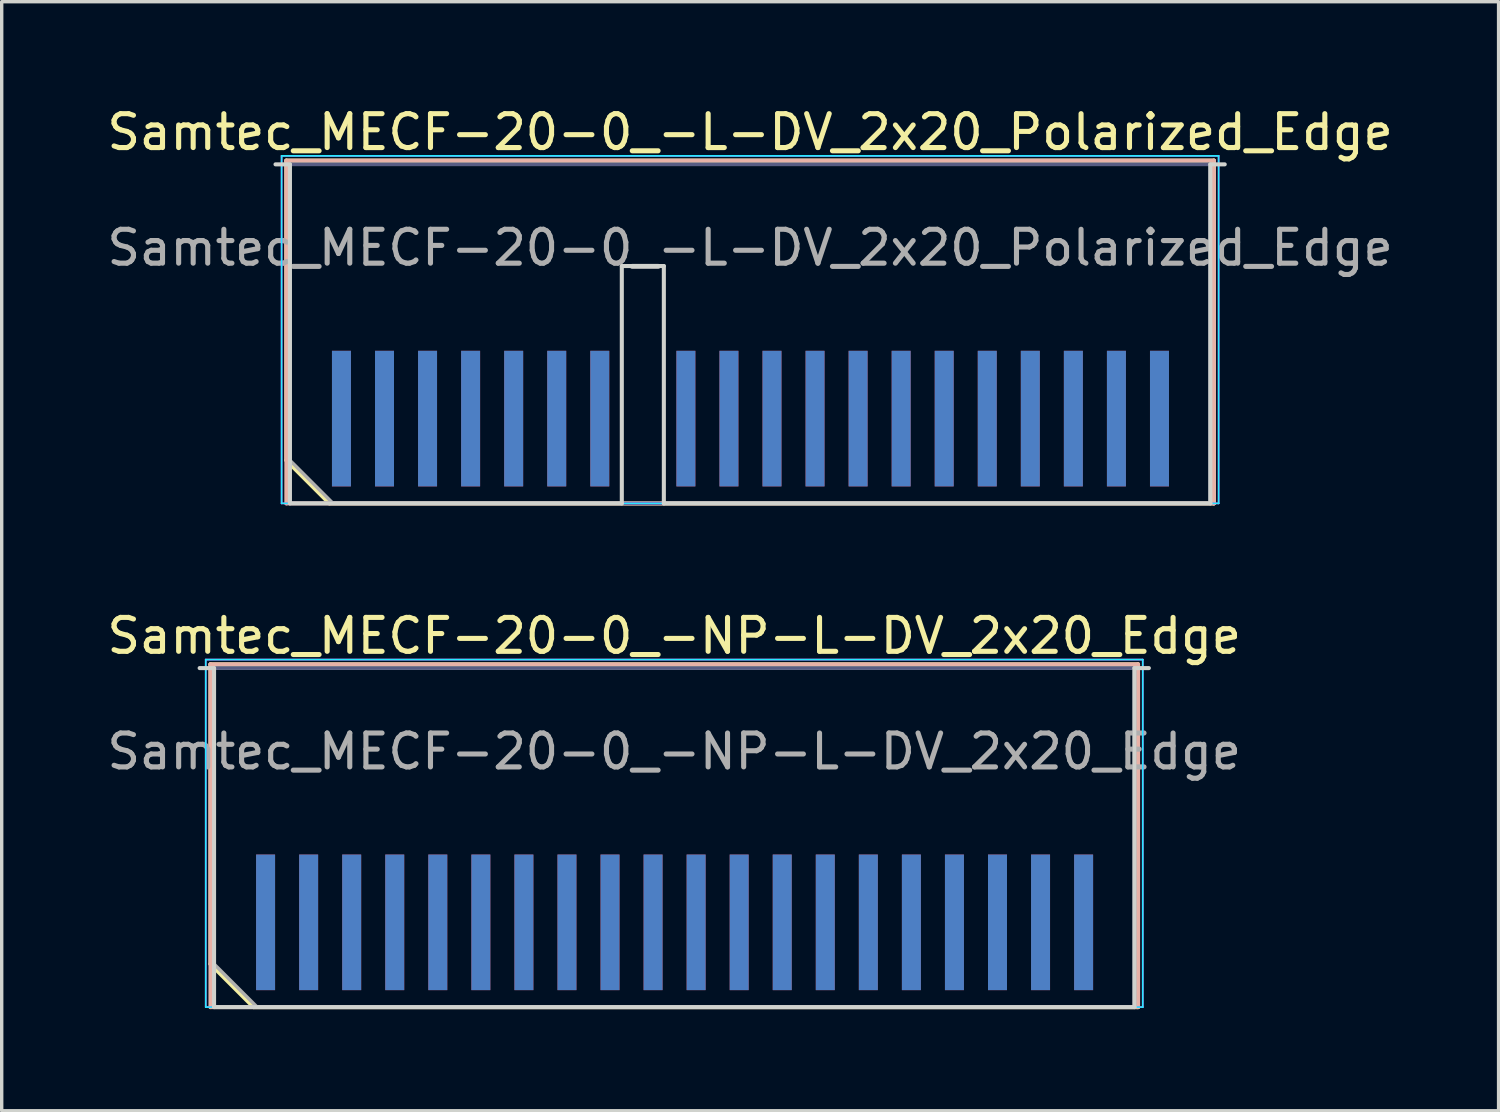
<source format=kicad_pcb>
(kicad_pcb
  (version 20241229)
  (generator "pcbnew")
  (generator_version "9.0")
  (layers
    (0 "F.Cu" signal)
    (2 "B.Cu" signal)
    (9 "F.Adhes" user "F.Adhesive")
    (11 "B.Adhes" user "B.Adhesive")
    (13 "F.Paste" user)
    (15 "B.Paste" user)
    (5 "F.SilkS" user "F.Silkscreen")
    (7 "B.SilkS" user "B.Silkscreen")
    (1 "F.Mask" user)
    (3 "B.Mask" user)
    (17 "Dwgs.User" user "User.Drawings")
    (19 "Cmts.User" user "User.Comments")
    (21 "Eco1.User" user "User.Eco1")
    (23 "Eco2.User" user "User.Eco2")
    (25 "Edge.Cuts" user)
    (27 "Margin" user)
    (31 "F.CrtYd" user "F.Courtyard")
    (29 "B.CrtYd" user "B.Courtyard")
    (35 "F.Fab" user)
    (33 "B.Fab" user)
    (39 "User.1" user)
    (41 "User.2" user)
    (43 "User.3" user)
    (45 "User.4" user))
  (footprint "Samtec_MECF-20-0_-NP-L-DV_2x20_Edge"
    (layer "F.Cu")
    (at 16.839 21.657)
    (property "Reference" "Samtec_MECF-20-0_-NP-L-DV_2x20_Edge" (at 0 -5.95 0) (layer "F.SilkS") (effects (font (size 1 1) (thickness 0.15))))
    (attr exclude_from_pos_files exclude_from_bom)
    (fp_line (start -13.68 -5.11) (end 13.68 -5.11) (stroke (width 0.12) (type solid)) (layer "F.SilkS"))
    (fp_line (start -13.68 3.73) (end -13.68 -5.11) (stroke (width 0.12) (type solid)) (layer "F.SilkS"))
    (fp_line (start -12.41 5) (end -13.68 3.73) (stroke (width 0.12) (type solid)) (layer "F.SilkS"))
    (fp_line (start -12.41 5) (end 13.68 5) (stroke (width 0.12) (type solid)) (layer "F.SilkS"))
    (fp_line (start 13.68 5) (end 13.68 -5.11) (stroke (width 0.12) (type solid)) (layer "F.SilkS"))
    (fp_line (start -13.68 -5.11) (end 13.68 -5.11) (stroke (width 0.12) (type solid)) (layer "B.SilkS"))
    (fp_line (start -13.68 5) (end -13.68 -5.11) (stroke (width 0.12) (type solid)) (layer "B.SilkS"))
    (fp_line (start -13.68 5) (end 13.68 5) (stroke (width 0.12) (type solid)) (layer "B.SilkS"))
    (fp_line (start 13.68 5) (end 13.68 -5.11) (stroke (width 0.12) (type solid)) (layer "B.SilkS"))
    (fp_line (start -14 -5) (end -13.575 -5) (stroke (width 0.12) (type solid)) (layer "Edge.Cuts"))
    (fp_line (start -13.575 5) (end -13.575 -5) (stroke (width 0.12) (type solid)) (layer "Edge.Cuts"))
    (fp_line (start -13.575 5) (end 13.575 5) (stroke (width 0.12) (type solid)) (layer "Edge.Cuts"))
    (fp_line (start 13.575 5) (end 13.575 -5) (stroke (width 0.12) (type solid)) (layer "Edge.Cuts"))
    (fp_line (start 14 -5) (end 13.575 -5) (stroke (width 0.12) (type solid)) (layer "Edge.Cuts"))
    (fp_line (start -13.82 -5.25) (end -13.82 5) (stroke (width 0.05) (type solid)) (layer "B.CrtYd"))
    (fp_line (start -13.82 5) (end 13.82 5) (stroke (width 0.05) (type solid)) (layer "B.CrtYd"))
    (fp_line (start 13.82 -5.25) (end -13.82 -5.25) (stroke (width 0.05) (type solid)) (layer "B.CrtYd"))
    (fp_line (start 13.82 5) (end 13.82 -5.25) (stroke (width 0.05) (type solid)) (layer "B.CrtYd"))
    (fp_line (start -13.82 -5.25) (end -13.82 5) (stroke (width 0.05) (type solid)) (layer "F.CrtYd"))
    (fp_line (start -13.82 5) (end 13.82 5) (stroke (width 0.05) (type solid)) (layer "F.CrtYd"))
    (fp_line (start 13.82 -5.25) (end -13.82 -5.25) (stroke (width 0.05) (type solid)) (layer "F.CrtYd"))
    (fp_line (start 13.82 5) (end 13.82 -5.25) (stroke (width 0.05) (type solid)) (layer "F.CrtYd"))
    (fp_line (start -13.575 -5) (end 13.575 -5) (stroke (width 0.1) (type solid)) (layer "B.Fab"))
    (fp_line (start -13.575 5) (end -13.575 -5) (stroke (width 0.1) (type solid)) (layer "B.Fab"))
    (fp_line (start -13.575 5) (end 13.575 5) (stroke (width 0.1) (type solid)) (layer "B.Fab"))
    (fp_line (start 13.575 5) (end 13.575 -5) (stroke (width 0.1) (type solid)) (layer "B.Fab"))
    (fp_line (start -13.575 -5) (end 13.575 -5) (stroke (width 0.1) (type solid)) (layer "F.Fab"))
    (fp_line (start -13.575 3.73) (end -13.575 -5) (stroke (width 0.1) (type solid)) (layer "F.Fab"))
    (fp_line (start -13.575 3.73) (end -12.305 5) (stroke (width 0.1) (type solid)) (layer "F.Fab"))
    (fp_line (start -12.305 5) (end 13.575 5) (stroke (width 0.1) (type solid)) (layer "F.Fab"))
    (fp_line (start 13.575 5) (end 13.575 -5) (stroke (width 0.1) (type solid)) (layer "F.Fab"))
    (fp_text user "${REFERENCE}" (at 0 -2.54 0) (layer "F.Fab") (effects (font (size 1 1) (thickness 0.15))))
    (pad "1" smd rect (at -12.055 2.5) (size 0.56 4) (layers "F.Cu" "F.Mask" "F.Paste"))
    (pad "2" smd rect (at -12.055 2.5) (size 0.56 4) (layers "B.Cu" "B.Mask" "B.Paste"))
    (pad "3" smd rect (at -10.785 2.5) (size 0.56 4) (layers "F.Cu" "F.Mask" "F.Paste"))
    (pad "4" smd rect (at -10.785 2.5) (size 0.56 4) (layers "B.Cu" "B.Mask" "B.Paste"))
    (pad "5" smd rect (at -9.515 2.5) (size 0.56 4) (layers "F.Cu" "F.Mask" "F.Paste"))
    (pad "6" smd rect (at -9.515 2.5) (size 0.56 4) (layers "B.Cu" "B.Mask" "B.Paste"))
    (pad "7" smd rect (at -8.245 2.5) (size 0.56 4) (layers "F.Cu" "F.Mask" "F.Paste"))
    (pad "8" smd rect (at -8.245 2.5) (size 0.56 4) (layers "B.Cu" "B.Mask" "B.Paste"))
    (pad "9" smd rect (at -6.975 2.5) (size 0.56 4) (layers "F.Cu" "F.Mask" "F.Paste"))
    (pad "10" smd rect (at -6.975 2.5) (size 0.56 4) (layers "B.Cu" "B.Mask" "B.Paste"))
    (pad "11" smd rect (at -5.705 2.5) (size 0.56 4) (layers "F.Cu" "F.Mask" "F.Paste"))
    (pad "12" smd rect (at -5.705 2.5) (size 0.56 4) (layers "B.Cu" "B.Mask" "B.Paste"))
    (pad "13" smd rect (at -4.435 2.5) (size 0.56 4) (layers "F.Cu" "F.Mask" "F.Paste"))
    (pad "14" smd rect (at -4.435 2.5) (size 0.56 4) (layers "B.Cu" "B.Mask" "B.Paste"))
    (pad "15" smd rect (at -3.165 2.5) (size 0.56 4) (layers "F.Cu" "F.Mask" "F.Paste"))
    (pad "16" smd rect (at -3.165 2.5) (size 0.56 4) (layers "B.Cu" "B.Mask" "B.Paste"))
    (pad "17" smd rect (at -1.895 2.5) (size 0.56 4) (layers "F.Cu" "F.Mask" "F.Paste"))
    (pad "18" smd rect (at -1.895 2.5) (size 0.56 4) (layers "B.Cu" "B.Mask" "B.Paste"))
    (pad "19" smd rect (at -0.625 2.5) (size 0.56 4) (layers "F.Cu" "F.Mask" "F.Paste"))
    (pad "20" smd rect (at -0.625 2.5) (size 0.56 4) (layers "B.Cu" "B.Mask" "B.Paste"))
    (pad "21" smd rect (at 0.645 2.5) (size 0.56 4) (layers "F.Cu" "F.Mask" "F.Paste"))
    (pad "22" smd rect (at 0.645 2.5) (size 0.56 4) (layers "B.Cu" "B.Mask" "B.Paste"))
    (pad "23" smd rect (at 1.915 2.5) (size 0.56 4) (layers "F.Cu" "F.Mask" "F.Paste"))
    (pad "24" smd rect (at 1.915 2.5) (size 0.56 4) (layers "B.Cu" "B.Mask" "B.Paste"))
    (pad "25" smd rect (at 3.185 2.5) (size 0.56 4) (layers "F.Cu" "F.Mask" "F.Paste"))
    (pad "26" smd rect (at 3.185 2.5) (size 0.56 4) (layers "B.Cu" "B.Mask" "B.Paste"))
    (pad "27" smd rect (at 4.455 2.5) (size 0.56 4) (layers "F.Cu" "F.Mask" "F.Paste"))
    (pad "28" smd rect (at 4.455 2.5) (size 0.56 4) (layers "B.Cu" "B.Mask" "B.Paste"))
    (pad "29" smd rect (at 5.725 2.5) (size 0.56 4) (layers "F.Cu" "F.Mask" "F.Paste"))
    (pad "30" smd rect (at 5.725 2.5) (size 0.56 4) (layers "B.Cu" "B.Mask" "B.Paste"))
    (pad "31" smd rect (at 6.995 2.5) (size 0.56 4) (layers "F.Cu" "F.Mask" "F.Paste"))
    (pad "32" smd rect (at 6.995 2.5) (size 0.56 4) (layers "B.Cu" "B.Mask" "B.Paste"))
    (pad "33" smd rect (at 8.265 2.5) (size 0.56 4) (layers "F.Cu" "F.Mask" "F.Paste"))
    (pad "34" smd rect (at 8.265 2.5) (size 0.56 4) (layers "B.Cu" "B.Mask" "B.Paste"))
    (pad "35" smd rect (at 9.535 2.5) (size 0.56 4) (layers "F.Cu" "F.Mask" "F.Paste"))
    (pad "36" smd rect (at 9.535 2.5) (size 0.56 4) (layers "B.Cu" "B.Mask" "B.Paste"))
    (pad "37" smd rect (at 10.805 2.5) (size 0.56 4) (layers "F.Cu" "F.Mask" "F.Paste"))
    (pad "38" smd rect (at 10.805 2.5) (size 0.56 4) (layers "B.Cu" "B.Mask" "B.Paste"))
    (pad "39" smd rect (at 12.075 2.5) (size 0.56 4) (layers "F.Cu" "F.Mask" "F.Paste"))
    (pad "40" smd rect (at 12.075 2.5) (size 0.56 4) (layers "B.Cu" "B.Mask" "B.Paste")))
  (footprint "Samtec_MECF-20-0_-L-DV_2x20_Polarized_Edge"
    (layer "F.Cu")
    (at 19.077 6.798)
    (property "Reference" "Samtec_MECF-20-0_-L-DV_2x20_Polarized_Edge" (at 0 -5.95 0) (layer "F.SilkS") (effects (font (size 1 1) (thickness 0.15))))
    (attr exclude_from_pos_files exclude_from_bom)
    (fp_line (start -13.68 -5.11) (end 13.68 -5.11) (stroke (width 0.12) (type solid)) (layer "F.SilkS"))
    (fp_line (start -13.68 3.73) (end -13.68 -5.11) (stroke (width 0.12) (type solid)) (layer "F.SilkS"))
    (fp_line (start -12.41 5) (end -13.68 3.73) (stroke (width 0.12) (type solid)) (layer "F.SilkS"))
    (fp_line (start -12.41 5) (end 13.68 5) (stroke (width 0.12) (type solid)) (layer "F.SilkS"))
    (fp_line (start 13.68 5) (end 13.68 -5.11) (stroke (width 0.12) (type solid)) (layer "F.SilkS"))
    (fp_line (start -13.68 -5.11) (end 13.68 -5.11) (stroke (width 0.12) (type solid)) (layer "B.SilkS"))
    (fp_line (start -13.68 5) (end -13.68 -5.11) (stroke (width 0.12) (type solid)) (layer "B.SilkS"))
    (fp_line (start -13.68 5) (end 13.68 5) (stroke (width 0.12) (type solid)) (layer "B.SilkS"))
    (fp_line (start 13.68 5) (end 13.68 -5.11) (stroke (width 0.12) (type solid)) (layer "B.SilkS"))
    (fp_line (start -14 -5) (end -13.575 -5) (stroke (width 0.12) (type solid)) (layer "Edge.Cuts"))
    (fp_line (start -13.575 5) (end -13.575 -5) (stroke (width 0.12) (type solid)) (layer "Edge.Cuts"))
    (fp_line (start -13.575 5) (end -3.785 5) (stroke (width 0.12) (type solid)) (layer "Edge.Cuts"))
    (fp_line (start -3.785 -2) (end -2.545 -2) (stroke (width 0.12) (type solid)) (layer "Edge.Cuts"))
    (fp_line (start -3.785 5) (end -3.785 -2) (stroke (width 0.12) (type solid)) (layer "Edge.Cuts"))
    (fp_line (start -2.545 5) (end -2.545 -2) (stroke (width 0.12) (type solid)) (layer "Edge.Cuts"))
    (fp_line (start -2.545 5) (end 13.575 5) (stroke (width 0.12) (type solid)) (layer "Edge.Cuts"))
    (fp_line (start 13.575 5) (end 13.575 -5) (stroke (width 0.12) (type solid)) (layer "Edge.Cuts"))
    (fp_line (start 14 -5) (end 13.575 -5) (stroke (width 0.12) (type solid)) (layer "Edge.Cuts"))
    (fp_line (start -13.82 -5.25) (end -13.82 5) (stroke (width 0.05) (type solid)) (layer "B.CrtYd"))
    (fp_line (start -13.82 5) (end 13.82 5) (stroke (width 0.05) (type solid)) (layer "B.CrtYd"))
    (fp_line (start 13.82 -5.25) (end -13.82 -5.25) (stroke (width 0.05) (type solid)) (layer "B.CrtYd"))
    (fp_line (start 13.82 5) (end 13.82 -5.25) (stroke (width 0.05) (type solid)) (layer "B.CrtYd"))
    (fp_line (start -13.82 -5.25) (end -13.82 5) (stroke (width 0.05) (type solid)) (layer "F.CrtYd"))
    (fp_line (start -13.82 5) (end 13.82 5) (stroke (width 0.05) (type solid)) (layer "F.CrtYd"))
    (fp_line (start 13.82 -5.25) (end -13.82 -5.25) (stroke (width 0.05) (type solid)) (layer "F.CrtYd"))
    (fp_line (start 13.82 5) (end 13.82 -5.25) (stroke (width 0.05) (type solid)) (layer "F.CrtYd"))
    (fp_line (start -13.575 -5) (end 13.575 -5) (stroke (width 0.1) (type solid)) (layer "B.Fab"))
    (fp_line (start -13.575 5) (end -13.575 -5) (stroke (width 0.1) (type solid)) (layer "B.Fab"))
    (fp_line (start -13.575 5) (end 13.575 5) (stroke (width 0.1) (type solid)) (layer "B.Fab"))
    (fp_line (start 13.575 5) (end 13.575 -5) (stroke (width 0.1) (type solid)) (layer "B.Fab"))
    (fp_line (start -13.575 -5) (end 13.575 -5) (stroke (width 0.1) (type solid)) (layer "F.Fab"))
    (fp_line (start -13.575 3.73) (end -13.575 -5) (stroke (width 0.1) (type solid)) (layer "F.Fab"))
    (fp_line (start -13.575 3.73) (end -12.305 5) (stroke (width 0.1) (type solid)) (layer "F.Fab"))
    (fp_line (start -12.305 5) (end 13.575 5) (stroke (width 0.1) (type solid)) (layer "F.Fab"))
    (fp_line (start 13.575 5) (end 13.575 -5) (stroke (width 0.1) (type solid)) (layer "F.Fab"))
    (fp_text user "${REFERENCE}" (at 0 -2.54 0) (layer "F.Fab") (effects (font (size 1 1) (thickness 0.15))))
    (pad "1" connect rect (at -12.055 2.5) (size 0.56 4) (layers "F.Cu" "F.Mask"))
    (pad "2" connect rect (at -12.055 2.5) (size 0.56 4) (layers "B.Cu" "B.Mask"))
    (pad "3" connect rect (at -10.785 2.5) (size 0.56 4) (layers "F.Cu" "F.Mask"))
    (pad "4" connect rect (at -10.785 2.5) (size 0.56 4) (layers "B.Cu" "B.Mask"))
    (pad "5" connect rect (at -9.515 2.5) (size 0.56 4) (layers "F.Cu" "F.Mask"))
    (pad "6" connect rect (at -9.515 2.5) (size 0.56 4) (layers "B.Cu" "B.Mask"))
    (pad "7" connect rect (at -8.245 2.5) (size 0.56 4) (layers "F.Cu" "F.Mask"))
    (pad "8" connect rect (at -8.245 2.5) (size 0.56 4) (layers "B.Cu" "B.Mask"))
    (pad "9" connect rect (at -6.975 2.5) (size 0.56 4) (layers "F.Cu" "F.Mask"))
    (pad "10" connect rect (at -6.975 2.5) (size 0.56 4) (layers "B.Cu" "B.Mask"))
    (pad "11" connect rect (at -5.705 2.5) (size 0.56 4) (layers "F.Cu" "F.Mask"))
    (pad "12" connect rect (at -5.705 2.5) (size 0.56 4) (layers "B.Cu" "B.Mask"))
    (pad "13" connect rect (at -4.435 2.5) (size 0.56 4) (layers "F.Cu" "F.Mask"))
    (pad "14" connect rect (at -4.435 2.5) (size 0.56 4) (layers "B.Cu" "B.Mask"))
    (pad "17" connect rect (at -1.895 2.5) (size 0.56 4) (layers "F.Cu" "F.Mask"))
    (pad "18" connect rect (at -1.895 2.5) (size 0.56 4) (layers "B.Cu" "B.Mask"))
    (pad "19" connect rect (at -0.625 2.5) (size 0.56 4) (layers "F.Cu" "F.Mask"))
    (pad "20" connect rect (at -0.625 2.5) (size 0.56 4) (layers "B.Cu" "B.Mask"))
    (pad "21" connect rect (at 0.645 2.5) (size 0.56 4) (layers "F.Cu" "F.Mask"))
    (pad "22" connect rect (at 0.645 2.5) (size 0.56 4) (layers "B.Cu" "B.Mask"))
    (pad "23" connect rect (at 1.915 2.5) (size 0.56 4) (layers "F.Cu" "F.Mask"))
    (pad "24" connect rect (at 1.915 2.5) (size 0.56 4) (layers "B.Cu" "B.Mask"))
    (pad "25" connect rect (at 3.185 2.5) (size 0.56 4) (layers "F.Cu" "F.Mask"))
    (pad "26" connect rect (at 3.185 2.5) (size 0.56 4) (layers "B.Cu" "B.Mask"))
    (pad "27" connect rect (at 4.455 2.5) (size 0.56 4) (layers "F.Cu" "F.Mask"))
    (pad "28" connect rect (at 4.455 2.5) (size 0.56 4) (layers "B.Cu" "B.Mask"))
    (pad "29" connect rect (at 5.725 2.5) (size 0.56 4) (layers "F.Cu" "F.Mask"))
    (pad "30" connect rect (at 5.725 2.5) (size 0.56 4) (layers "B.Cu" "B.Mask"))
    (pad "31" connect rect (at 6.995 2.5) (size 0.56 4) (layers "F.Cu" "F.Mask"))
    (pad "32" connect rect (at 6.995 2.5) (size 0.56 4) (layers "B.Cu" "B.Mask"))
    (pad "33" connect rect (at 8.265 2.5) (size 0.56 4) (layers "F.Cu" "F.Mask"))
    (pad "34" connect rect (at 8.265 2.5) (size 0.56 4) (layers "B.Cu" "B.Mask"))
    (pad "35" connect rect (at 9.535 2.5) (size 0.56 4) (layers "F.Cu" "F.Mask"))
    (pad "36" connect rect (at 9.535 2.5) (size 0.56 4) (layers "B.Cu" "B.Mask"))
    (pad "37" connect rect (at 10.805 2.5) (size 0.56 4) (layers "F.Cu" "F.Mask"))
    (pad "38" connect rect (at 10.805 2.5) (size 0.56 4) (layers "B.Cu" "B.Mask"))
    (pad "39" connect rect (at 12.075 2.5) (size 0.56 4) (layers "F.Cu" "F.Mask"))
    (pad "40" connect rect (at 12.075 2.5) (size 0.56 4) (layers "B.Cu" "B.Mask")))
  (gr_rect
    (start -3 -3)
    (end 41.155 29.716)
    (stroke (width 0.1) (type default))
    (fill no)
    (layer "Edge.Cuts")))
</source>
